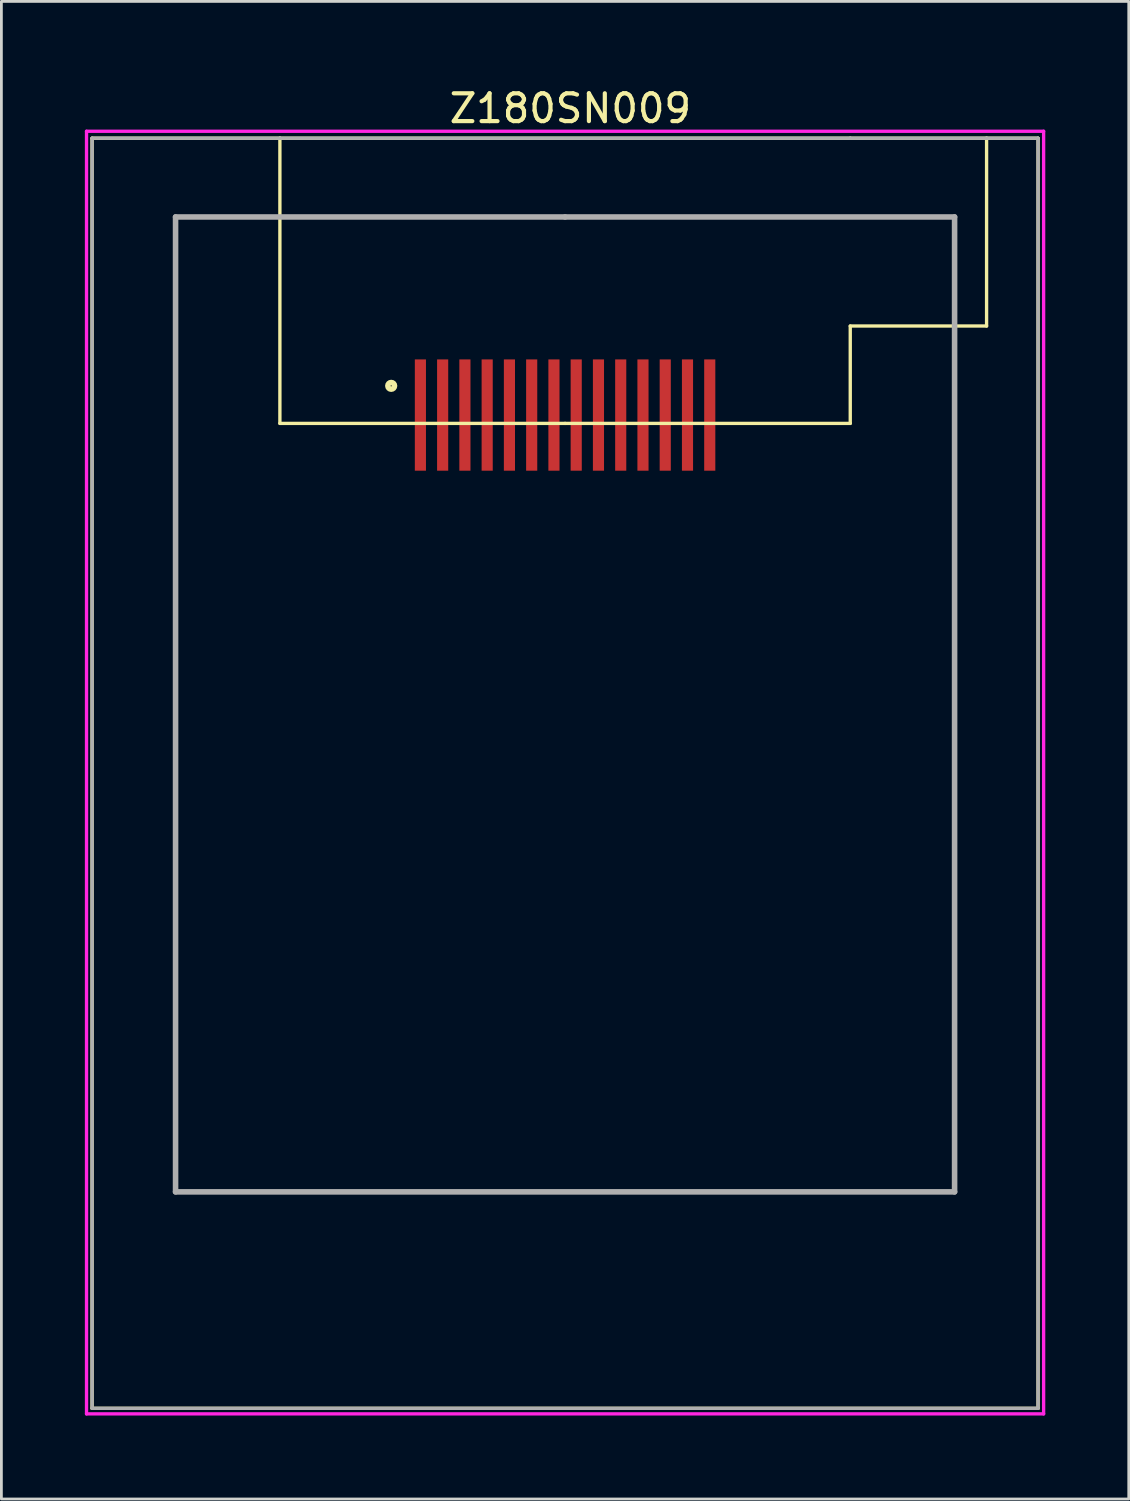
<source format=kicad_pcb>
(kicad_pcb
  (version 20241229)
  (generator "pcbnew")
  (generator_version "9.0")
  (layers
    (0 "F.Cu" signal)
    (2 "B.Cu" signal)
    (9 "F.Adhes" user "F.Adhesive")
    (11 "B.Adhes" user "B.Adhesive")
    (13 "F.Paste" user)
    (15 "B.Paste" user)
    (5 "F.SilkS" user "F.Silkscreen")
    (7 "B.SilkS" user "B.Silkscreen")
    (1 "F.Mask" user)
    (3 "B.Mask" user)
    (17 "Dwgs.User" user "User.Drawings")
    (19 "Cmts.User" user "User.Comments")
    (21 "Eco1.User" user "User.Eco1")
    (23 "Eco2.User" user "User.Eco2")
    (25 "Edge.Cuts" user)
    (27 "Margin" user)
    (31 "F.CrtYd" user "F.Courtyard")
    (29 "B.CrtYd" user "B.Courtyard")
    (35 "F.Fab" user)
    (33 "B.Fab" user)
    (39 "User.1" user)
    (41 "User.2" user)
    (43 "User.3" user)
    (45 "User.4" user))
  (footprint "Z180SN009"
    (layer "F.Cu")
    (at 17.26 22.268)
    (property "Reference" "Z180SN009" (at 0.19 -21.42 0) (layer "F.SilkS") (effects (font (size 1 1) (thickness 0.15))))
    (attr through_hole)
    (fp_line (start -17 -20.35) (end -10.25 -20.35) (stroke (width 0.12) (type solid)) (layer "F.SilkS"))
    (fp_line (start -17 25.3) (end -17 -20.35) (stroke (width 0.12) (type solid)) (layer "F.SilkS"))
    (fp_line (start -10.25 -20.35) (end 10.25 -20.35) (stroke (width 0.12) (type solid)) (layer "F.SilkS"))
    (fp_line (start -10.25 -10.1) (end -10.25 -20.35) (stroke (width 0.12) (type solid)) (layer "F.SilkS"))
    (fp_line (start 0 -10.1) (end -10.25 -10.1) (stroke (width 0.12) (type solid)) (layer "F.SilkS"))
    (fp_line (start 10.25 -13.6) (end 15.15 -13.6) (stroke (width 0.12) (type solid)) (layer "F.SilkS"))
    (fp_line (start 10.25 -10.1) (end 0 -10.1) (stroke (width 0.12) (type solid)) (layer "F.SilkS"))
    (fp_line (start 10.25 -10.1) (end 10.25 -13.6) (stroke (width 0.12) (type solid)) (layer "F.SilkS"))
    (fp_line (start 15.15 -20.35) (end 10.25 -20.35) (stroke (width 0.12) (type solid)) (layer "F.SilkS"))
    (fp_line (start 15.15 -20.35) (end 17 -20.35) (stroke (width 0.12) (type solid)) (layer "F.SilkS"))
    (fp_line (start 15.15 -13.6) (end 15.15 -20.35) (stroke (width 0.12) (type solid)) (layer "F.SilkS"))
    (fp_line (start 17 -20.35) (end 17 25.3) (stroke (width 0.12) (type solid)) (layer "F.SilkS"))
    (fp_line (start 17 25.3) (end -17 25.3) (stroke (width 0.12) (type solid)) (layer "F.SilkS"))
    (fp_circle (center -6.25 -11.45) (end -6.13 -11.45) (stroke (width 0.2) (type solid)) (fill no) (layer "F.SilkS"))
    (fp_line (start -17.2 25.5) (end -17.2 -20.6) (stroke (width 0.12) (type solid)) (layer "F.CrtYd"))
    (fp_line (start -17.2 25.5) (end 17.2 25.5) (stroke (width 0.12) (type solid)) (layer "F.CrtYd"))
    (fp_line (start 17.2 -20.6) (end -17.2 -20.6) (stroke (width 0.12) (type solid)) (layer "F.CrtYd"))
    (fp_line (start 17.2 -20.6) (end 17.2 25.5) (stroke (width 0.12) (type solid)) (layer "F.CrtYd"))
    (fp_line (start -17 -20.35) (end -10.25 -20.35) (stroke (width 0.12) (type solid)) (layer "F.Fab"))
    (fp_line (start -17 25.3) (end -17 -20.35) (stroke (width 0.12) (type solid)) (layer "F.Fab"))
    (fp_line (start -14 -17.52) (end 0 -17.52) (stroke (width 0.2) (type solid)) (layer "F.Fab"))
    (fp_line (start -14 17.52) (end -14 -17.52) (stroke (width 0.2) (type solid)) (layer "F.Fab"))
    (fp_line (start -10.25 -20.35) (end 10.25 -20.35) (stroke (width 0.12) (type solid)) (layer "F.Fab"))
    (fp_line (start 0 -17.52) (end 14 -17.52) (stroke (width 0.2) (type solid)) (layer "F.Fab"))
    (fp_line (start 14 -17.52) (end 14 17.52) (stroke (width 0.2) (type solid)) (layer "F.Fab"))
    (fp_line (start 14 17.52) (end -14 17.52) (stroke (width 0.2) (type solid)) (layer "F.Fab"))
    (fp_line (start 15.15 -20.35) (end 10.25 -20.35) (stroke (width 0.12) (type solid)) (layer "F.Fab"))
    (fp_line (start 15.15 -20.35) (end 17 -20.35) (stroke (width 0.12) (type solid)) (layer "F.Fab"))
    (fp_line (start 17 -20.35) (end 17 25.3) (stroke (width 0.12) (type solid)) (layer "F.Fab"))
    (fp_line (start 17 25.3) (end -17 25.3) (stroke (width 0.12) (type solid)) (layer "F.Fab"))
    (pad "1" smd rect (at -5.2 -10.4) (size 0.4 4) (layers "F.Cu" "F.Mask" "F.Paste"))
    (pad "2" smd rect (at -4.4 -10.4) (size 0.4 4) (layers "F.Cu" "F.Mask" "F.Paste"))
    (pad "3" smd rect (at -3.6 -10.4) (size 0.4 4) (layers "F.Cu" "F.Mask" "F.Paste"))
    (pad "4" smd rect (at -2.8 -10.4) (size 0.4 4) (layers "F.Cu" "F.Mask" "F.Paste"))
    (pad "5" smd rect (at -2 -10.4) (size 0.4 4) (layers "F.Cu" "F.Mask" "F.Paste"))
    (pad "6" smd rect (at -1.2 -10.4) (size 0.4 4) (layers "F.Cu" "F.Mask" "F.Paste"))
    (pad "7" smd rect (at -0.4 -10.4) (size 0.4 4) (layers "F.Cu" "F.Mask" "F.Paste"))
    (pad "8" smd rect (at 0.4 -10.4) (size 0.4 4) (layers "F.Cu" "F.Mask" "F.Paste"))
    (pad "9" smd rect (at 1.2 -10.4) (size 0.4 4) (layers "F.Cu" "F.Mask" "F.Paste"))
    (pad "10" smd rect (at 2 -10.4) (size 0.4 4) (layers "F.Cu" "F.Mask" "F.Paste"))
    (pad "11" smd rect (at 2.8 -10.4) (size 0.4 4) (layers "F.Cu" "F.Mask" "F.Paste"))
    (pad "12" smd rect (at 3.6 -10.4) (size 0.4 4) (layers "F.Cu" "F.Mask" "F.Paste"))
    (pad "13" smd rect (at 4.4 -10.4) (size 0.4 4) (layers "F.Cu" "F.Mask" "F.Paste"))
    (pad "14" smd rect (at 5.2 -10.4) (size 0.4 4) (layers "F.Cu" "F.Mask" "F.Paste")))
  (gr_rect
    (start -3 -3)
    (end 37.52 50.828)
    (stroke (width 0.1) (type default))
    (fill no)
    (layer "Edge.Cuts")))
</source>
